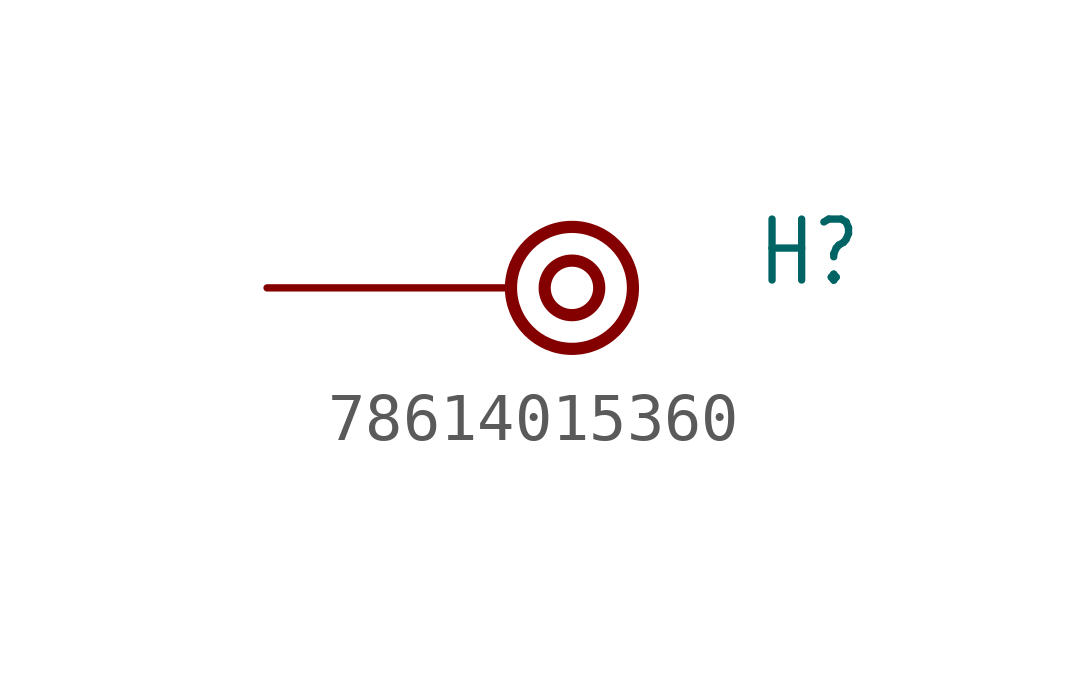
<source format=kicad_sym>
(kicad_symbol_lib
  (version 20231120)
  (generator "kicad_symbol_editor")
  (generator_version "8.0")
  (symbol "78614015360"
    (property "Reference" "H"
      (at 5.08 0 0)
      (effects (font (size 1.27 1.079)) (justify left bottom)))
    (property "Value" ""
      (at 5.08 -1.524 0)
      (effects (font (size 1.27 1.079)) (justify left bottom)))
    (property "ki_locked" ""
      (at 0 0 0)
      (effects (font (size 1.27 1.27))))
    (symbol "78614015360_1_0"
      (circle (center 1.27 0) (radius 0.568) (stroke (width 0.254) (type solid)) (fill (type none)))
      (circle (center 1.27 0) (radius 1.27) (stroke (width 0.254) (type solid)) (fill (type none)))
      (pin bidirectional line (at -5.08 0 0) (length 5.08) (name "P$1" (effects (font (size 0 0)))) (number "M" (effects (font (size 0 0))))))))
</source>
